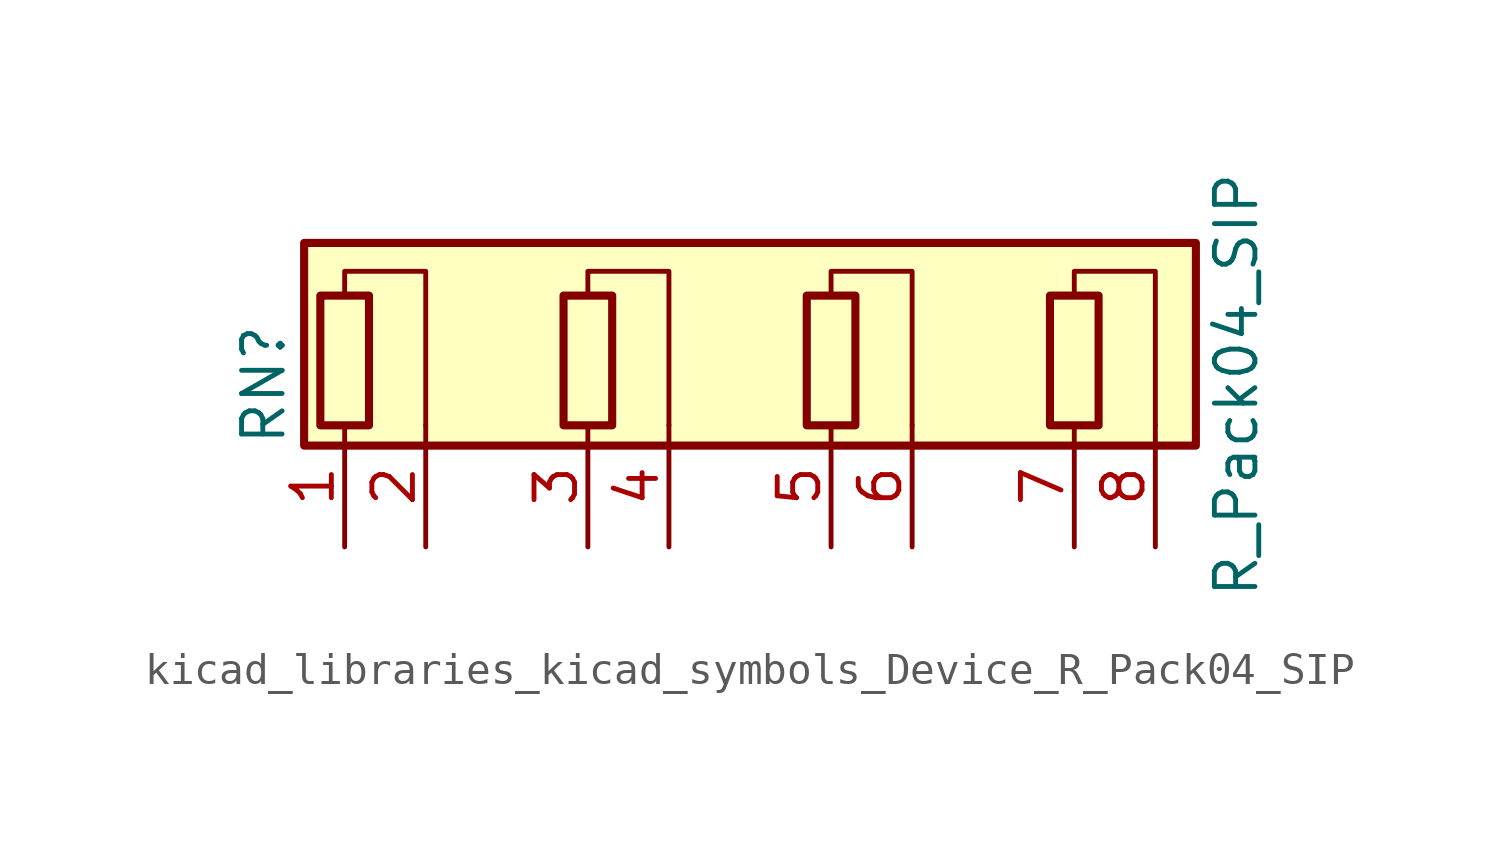
<source format=kicad_sym>
(kicad_symbol_lib
  (version 20220914)
  (generator kicad_symbol_editor)
  (symbol "kicad_libraries_kicad_symbols_Device_R_Pack04_SIP"
    (pin_names
      (offset 0) hide)
    (property "Reference" "RN"
      (at -15.24 0 90)
      (effects (font (size 1.27 1.27))))
    (property "Value" "R_Pack04_SIP"
      (at 15.24 0 90)
      (effects (font (size 1.27 1.27))))
    (symbol "kicad_libraries_kicad_symbols_Device_R_Pack04_SIP_0_1"
      (rectangle (start -13.97 -1.905) (end 13.97 4.445) (stroke (width 0.254) (type default)) (fill (type background)))
      (rectangle (start -13.462 2.794) (end -11.938 -1.27) (stroke (width 0.254) (type default)) (fill (type none)))
      (rectangle (start -5.842 2.794) (end -4.318 -1.27) (stroke (width 0.254) (type default)) (fill (type none)))
      (polyline (pts (xy -12.7 2.794) (xy -12.7 3.556) (xy -10.16 3.556) (xy -10.16 -1.27)) (stroke (width 0) (type default)) (fill (type none)))
      (polyline (pts (xy -5.08 2.794) (xy -5.08 3.556) (xy -2.54 3.556) (xy -2.54 -1.27)) (stroke (width 0) (type default)) (fill (type none)))
      (polyline (pts (xy 2.54 2.794) (xy 2.54 3.556) (xy 5.08 3.556) (xy 5.08 -1.27)) (stroke (width 0) (type default)) (fill (type none)))
      (polyline (pts (xy 10.16 2.794) (xy 10.16 3.556) (xy 12.7 3.556) (xy 12.7 -1.27)) (stroke (width 0) (type default)) (fill (type none)))
      (rectangle (start 1.778 2.794) (end 3.302 -1.27) (stroke (width 0.254) (type default)) (fill (type none)))
      (rectangle (start 9.398 2.794) (end 10.922 -1.27) (stroke (width 0.254) (type default)) (fill (type none))))
    (symbol "kicad_libraries_kicad_symbols_Device_R_Pack04_SIP_1_1"
      (pin passive line (at -12.7 -5.08 90) (length 3.81) (name "R1.1" (effects (font (size 1.27 1.27)))) (number "1" (effects (font (size 1.27 1.27)))))
      (pin passive line (at -10.16 -5.08 90) (length 3.81) (name "R1.2" (effects (font (size 1.27 1.27)))) (number "2" (effects (font (size 1.27 1.27)))))
      (pin passive line (at -5.08 -5.08 90) (length 3.81) (name "R2.1" (effects (font (size 1.27 1.27)))) (number "3" (effects (font (size 1.27 1.27)))))
      (pin passive line (at -2.54 -5.08 90) (length 3.81) (name "R2.2" (effects (font (size 1.27 1.27)))) (number "4" (effects (font (size 1.27 1.27)))))
      (pin passive line (at 2.54 -5.08 90) (length 3.81) (name "R3.1" (effects (font (size 1.27 1.27)))) (number "5" (effects (font (size 1.27 1.27)))))
      (pin passive line (at 5.08 -5.08 90) (length 3.81) (name "R3.2" (effects (font (size 1.27 1.27)))) (number "6" (effects (font (size 1.27 1.27)))))
      (pin passive line (at 10.16 -5.08 90) (length 3.81) (name "R4.1" (effects (font (size 1.27 1.27)))) (number "7" (effects (font (size 1.27 1.27)))))
      (pin passive line (at 12.7 -5.08 90) (length 3.81) (name "R4.2" (effects (font (size 1.27 1.27)))) (number "8" (effects (font (size 1.27 1.27))))))))
</source>
